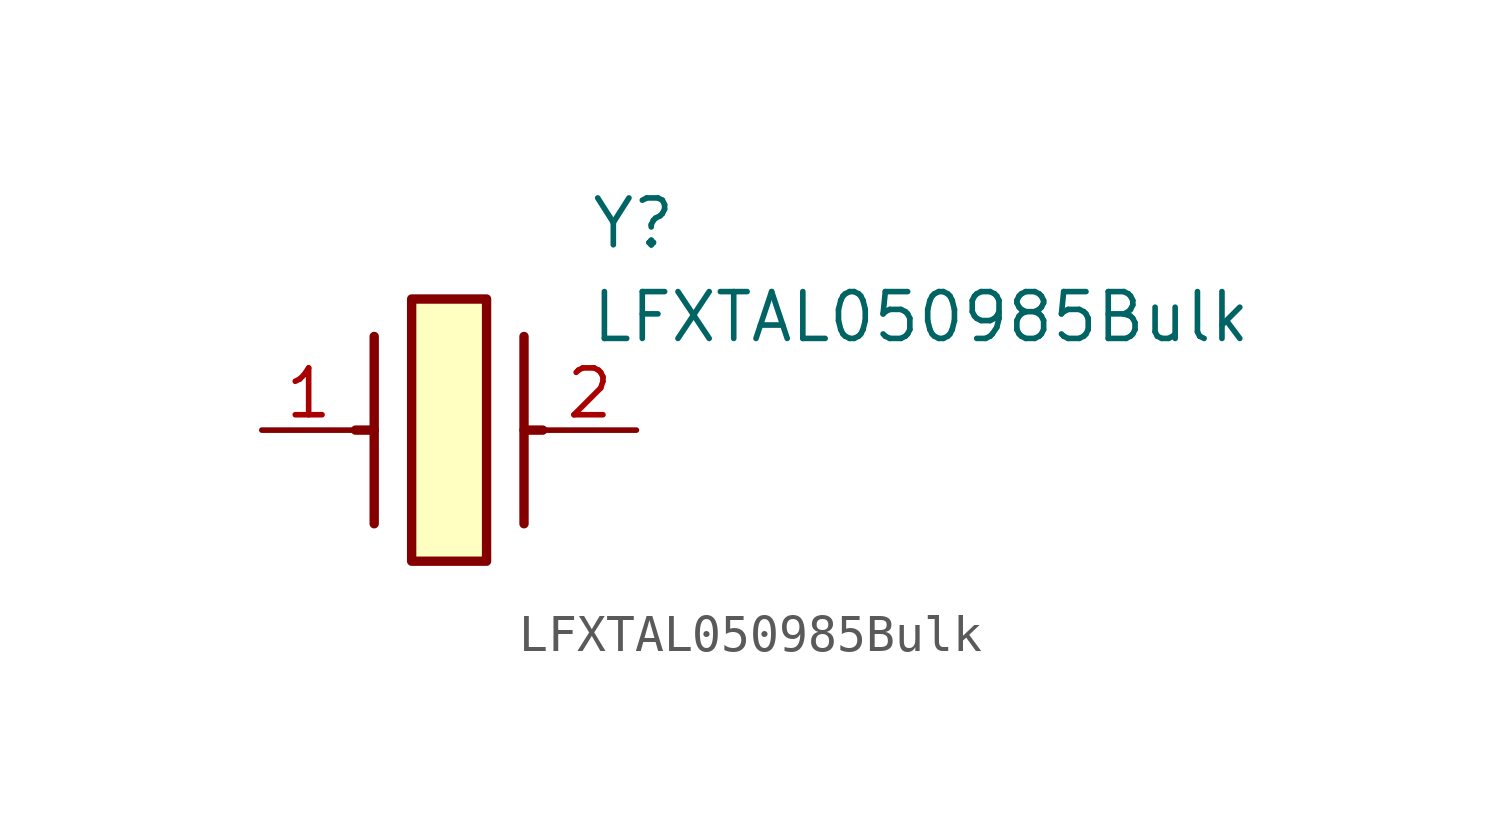
<source format=kicad_sym>
(kicad_symbol_lib
  (version 20211014)
  (generator SamacSys_ECAD_Model)
  (symbol "LFXTAL050985Bulk"
    (pin_names hide)
    (property "Reference" "Y"
      (at 8.89 6.35 0)
      (effects (font (size 1.27 1.27)) (justify left top)))
    (property "Value" "LFXTAL050985Bulk"
      (at 8.89 3.81 0)
      (effects (font (size 1.27 1.27)) (justify left top)))
    (rectangle
      (start 4.064 3.556)
      (end 6.096 -3.556)
      (stroke (width 0.254) (type default))
      (fill (type background)))
    (polyline
      (pts (xy 3.048 2.54) (xy 3.048 -2.54))
      (stroke (width 0.254) (type default))
      (fill (type none)))
    (polyline
      (pts (xy 7.112 2.54) (xy 7.112 -2.54))
      (stroke (width 0.254) (type default))
      (fill (type none)))
    (polyline
      (pts (xy 7.112 0) (xy 7.62 0))
      (stroke (width 0.254) (type default))
      (fill (type none)))
    (polyline
      (pts (xy 3.048 0) (xy 2.54 0))
      (stroke (width 0.254) (type default))
      (fill (type none)))
    (pin passive line
      (at 0 0 0)
      (length 2.54)
      (name "1" (effects (font (size 1.27 1.27))))
      (number "1" (effects (font (size 1.27 1.27)))))
    (pin passive line
      (at 10.16 0 180)
      (length 2.54)
      (name "2" (effects (font (size 1.27 1.27))))
      (number "2" (effects (font (size 1.27 1.27)))))))
</source>
